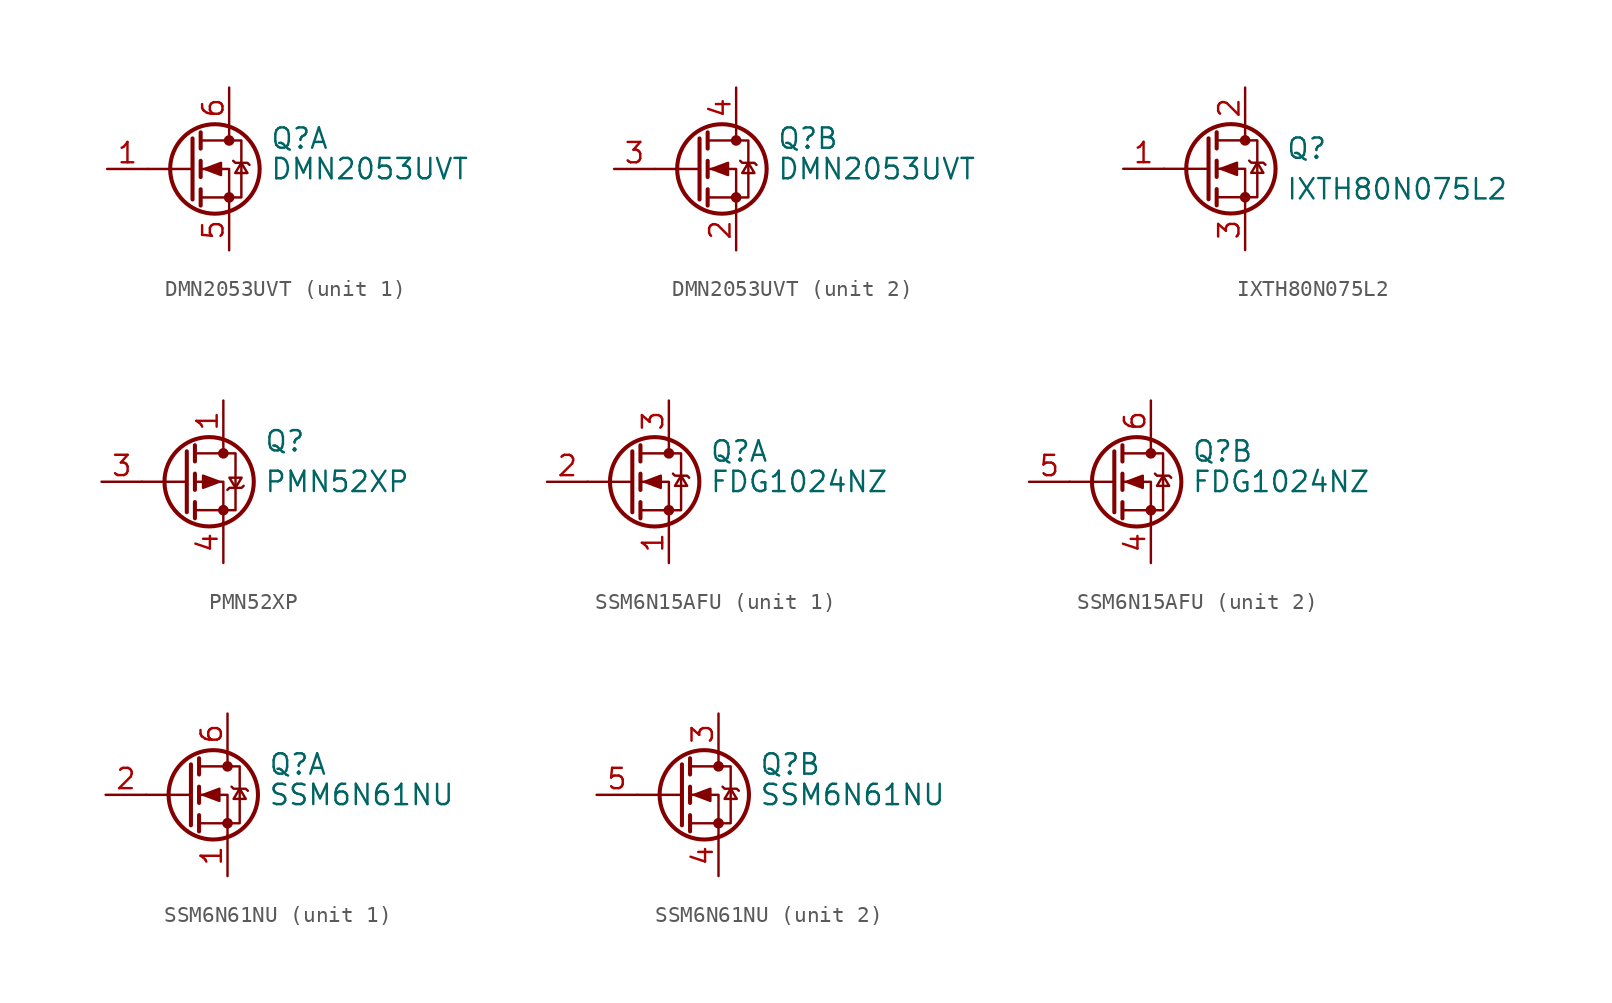
<source format=kicad_sym>
(kicad_symbol_lib
  (version 20220914)
  (generator kicad_symbol_editor)
  (symbol "DMN2053UVT"
    (pin_names hide)
    (property "Reference" "Q"
      (at 5.08 1.905 0)
      (effects (font (size 1.27 1.27)) (justify left)))
    (property "Value" "DMN2053UVT"
      (at 5.08 0 0)
      (effects (font (size 1.27 1.27)) (justify left)))
    (symbol "DMN2053UVT_0_1"
      (polyline (pts (xy 0.254 0) (xy -2.54 0)) (stroke (width 0) (type default)) (fill (type none)))
      (polyline (pts (xy 0.254 1.905) (xy 0.254 -1.905)) (stroke (width 0.254) (type default)) (fill (type none)))
      (polyline (pts (xy 0.762 -1.27) (xy 0.762 -2.286)) (stroke (width 0.254) (type default)) (fill (type none)))
      (polyline (pts (xy 0.762 0.508) (xy 0.762 -0.508)) (stroke (width 0.254) (type default)) (fill (type none)))
      (polyline (pts (xy 0.762 2.286) (xy 0.762 1.27)) (stroke (width 0.254) (type default)) (fill (type none)))
      (polyline (pts (xy 2.54 2.54) (xy 2.54 1.778)) (stroke (width 0) (type default)) (fill (type none)))
      (polyline (pts (xy 2.54 -2.54) (xy 2.54 0) (xy 0.762 0)) (stroke (width 0) (type default)) (fill (type none)))
      (polyline (pts (xy 0.762 -1.778) (xy 3.302 -1.778) (xy 3.302 1.778) (xy 0.762 1.778)) (stroke (width 0) (type default)) (fill (type none)))
      (polyline (pts (xy 1.016 0) (xy 2.032 0.381) (xy 2.032 -0.381) (xy 1.016 0)) (stroke (width 0) (type default)) (fill (type outline)))
      (polyline (pts (xy 2.794 0.508) (xy 2.921 0.381) (xy 3.683 0.381) (xy 3.81 0.254)) (stroke (width 0) (type default)) (fill (type none)))
      (polyline (pts (xy 3.302 0.381) (xy 2.921 -0.254) (xy 3.683 -0.254) (xy 3.302 0.381)) (stroke (width 0) (type default)) (fill (type none)))
      (circle (center 1.651 0) (radius 2.794) (stroke (width 0.254) (type default)) (fill (type none)))
      (circle (center 2.54 -1.778) (radius 0.254) (stroke (width 0) (type default)) (fill (type outline)))
      (circle (center 2.54 1.778) (radius 0.254) (stroke (width 0) (type default)) (fill (type outline))))
    (symbol "DMN2053UVT_1_1"
      (pin passive line (at -5.08 0 0) (length 2.54) (name "G" (effects (font (size 1.27 1.27)))) (number "1" (effects (font (size 1.27 1.27)))))
      (pin passive line (at 2.54 -5.08 90) (length 2.54) (name "S" (effects (font (size 1.27 1.27)))) (number "5" (effects (font (size 1.27 1.27)))))
      (pin passive line (at 2.54 5.08 270) (length 2.54) (name "D" (effects (font (size 1.27 1.27)))) (number "6" (effects (font (size 1.27 1.27))))))
    (symbol "DMN2053UVT_2_1"
      (pin passive line (at 2.54 -5.08 90) (length 2.54) (name "S" (effects (font (size 1.27 1.27)))) (number "2" (effects (font (size 1.27 1.27)))))
      (pin passive line (at -5.08 0 0) (length 2.54) (name "G" (effects (font (size 1.27 1.27)))) (number "3" (effects (font (size 1.27 1.27)))))
      (pin passive line (at 2.54 5.08 270) (length 2.54) (name "D" (effects (font (size 1.27 1.27)))) (number "4" (effects (font (size 1.27 1.27)))))))
  (symbol "IXTH80N075L2"
    (pin_names
      (offset 0) hide)
    (property "Reference" "Q"
      (at 5.08 1.27 0)
      (effects (font (size 1.27 1.27)) (justify left)))
    (property "Value" "IXTH80N075L2"
      (at 5.08 -1.27 0)
      (effects (font (size 1.27 1.27)) (justify left)))
    (symbol "IXTH80N075L2_0_1"
      (polyline (pts (xy 0.254 0) (xy -2.54 0)) (stroke (width 0) (type default)) (fill (type none)))
      (polyline (pts (xy 0.254 1.905) (xy 0.254 -1.905)) (stroke (width 0.254) (type default)) (fill (type none)))
      (polyline (pts (xy 0.762 -1.27) (xy 0.762 -2.286)) (stroke (width 0.254) (type default)) (fill (type none)))
      (polyline (pts (xy 0.762 0.508) (xy 0.762 -0.508)) (stroke (width 0.254) (type default)) (fill (type none)))
      (polyline (pts (xy 0.762 2.286) (xy 0.762 1.27)) (stroke (width 0.254) (type default)) (fill (type none)))
      (polyline (pts (xy 2.54 2.54) (xy 2.54 1.778)) (stroke (width 0) (type default)) (fill (type none)))
      (polyline (pts (xy 2.54 -2.54) (xy 2.54 0) (xy 0.762 0)) (stroke (width 0) (type default)) (fill (type none)))
      (polyline (pts (xy 0.762 -1.778) (xy 3.302 -1.778) (xy 3.302 1.778) (xy 0.762 1.778)) (stroke (width 0) (type default)) (fill (type none)))
      (polyline (pts (xy 1.016 0) (xy 2.032 0.381) (xy 2.032 -0.381) (xy 1.016 0)) (stroke (width 0) (type default)) (fill (type outline)))
      (polyline (pts (xy 2.794 0.508) (xy 2.921 0.381) (xy 3.683 0.381) (xy 3.81 0.254)) (stroke (width 0) (type default)) (fill (type none)))
      (polyline (pts (xy 3.302 0.381) (xy 2.921 -0.254) (xy 3.683 -0.254) (xy 3.302 0.381)) (stroke (width 0) (type default)) (fill (type none)))
      (circle (center 1.651 0) (radius 2.794) (stroke (width 0.254) (type default)) (fill (type none)))
      (circle (center 2.54 -1.778) (radius 0.254) (stroke (width 0) (type default)) (fill (type outline)))
      (circle (center 2.54 1.778) (radius 0.254) (stroke (width 0) (type default)) (fill (type outline))))
    (symbol "IXTH80N075L2_1_1"
      (pin input line (at -5.08 0 0) (length 2.54) (name "G" (effects (font (size 1.27 1.27)))) (number "1" (effects (font (size 1.27 1.27)))))
      (pin passive line (at 2.54 5.08 270) (length 2.54) (name "D" (effects (font (size 1.27 1.27)))) (number "2" (effects (font (size 1.27 1.27)))))
      (pin passive line (at 2.54 -5.08 90) (length 2.54) (name "S" (effects (font (size 1.27 1.27)))) (number "3" (effects (font (size 1.27 1.27)))))))
  (symbol "PMN52XP"
    (pin_names hide)
    (property "Reference" "Q"
      (at 5.08 2.54 0)
      (effects (font (size 1.27 1.27)) (justify left)))
    (property "Value" "PMN52XP"
      (at 5.08 0 0)
      (effects (font (size 1.27 1.27)) (justify left)))
    (symbol "PMN52XP_0_1"
      (polyline (pts (xy 0.254 0) (xy -2.54 0)) (stroke (width 0) (type default)) (fill (type none)))
      (polyline (pts (xy 0.254 1.905) (xy 0.254 -1.905)) (stroke (width 0.254) (type default)) (fill (type none)))
      (polyline (pts (xy 0.762 -1.27) (xy 0.762 -2.286)) (stroke (width 0.254) (type default)) (fill (type none)))
      (polyline (pts (xy 0.762 0.508) (xy 0.762 -0.508)) (stroke (width 0.254) (type default)) (fill (type none)))
      (polyline (pts (xy 0.762 2.286) (xy 0.762 1.27)) (stroke (width 0.254) (type default)) (fill (type none)))
      (polyline (pts (xy 2.54 2.54) (xy 2.54 1.778)) (stroke (width 0) (type default)) (fill (type none)))
      (polyline (pts (xy 2.54 -2.54) (xy 2.54 0) (xy 0.762 0)) (stroke (width 0) (type default)) (fill (type none)))
      (polyline (pts (xy 0.762 1.778) (xy 3.302 1.778) (xy 3.302 -1.778) (xy 0.762 -1.778)) (stroke (width 0) (type default)) (fill (type none)))
      (polyline (pts (xy 2.286 0) (xy 1.27 0.381) (xy 1.27 -0.381) (xy 2.286 0)) (stroke (width 0) (type default)) (fill (type outline)))
      (polyline (pts (xy 2.794 -0.508) (xy 2.921 -0.381) (xy 3.683 -0.381) (xy 3.81 -0.254)) (stroke (width 0) (type default)) (fill (type none)))
      (polyline (pts (xy 3.302 -0.381) (xy 2.921 0.254) (xy 3.683 0.254) (xy 3.302 -0.381)) (stroke (width 0) (type default)) (fill (type none)))
      (circle (center 1.651 0) (radius 2.794) (stroke (width 0.254) (type default)) (fill (type none)))
      (circle (center 2.54 -1.778) (radius 0.254) (stroke (width 0) (type default)) (fill (type outline)))
      (circle (center 2.54 1.778) (radius 0.254) (stroke (width 0) (type default)) (fill (type outline))))
    (symbol "PMN52XP_1_1"
      (pin passive line (at 2.54 5.08 270) (length 2.54) (name "D" (effects (font (size 1.27 1.27)))) (number "1" (effects (font (size 1.27 1.27)))))
      (pin passive line (at 2.54 5.08 270) (length 2.54) hide (name "D" (effects (font (size 1.27 1.27)))) (number "2" (effects (font (size 1.27 1.27)))))
      (pin passive line (at -5.08 0 0) (length 2.54) (name "G" (effects (font (size 1.27 1.27)))) (number "3" (effects (font (size 1.27 1.27)))))
      (pin passive line (at 2.54 -5.08 90) (length 2.54) (name "S" (effects (font (size 1.27 1.27)))) (number "4" (effects (font (size 1.27 1.27)))))
      (pin passive line (at 2.54 5.08 270) (length 2.54) hide (name "D" (effects (font (size 1.27 1.27)))) (number "5" (effects (font (size 1.27 1.27)))))
      (pin passive line (at 2.54 5.08 270) (length 2.54) hide (name "D" (effects (font (size 1.27 1.27)))) (number "6" (effects (font (size 1.27 1.27)))))))
  (symbol "SSM6N15AFU"
    (pin_names hide)
    (property "Reference" "Q"
      (at 5.08 1.905 0)
      (effects (font (size 1.27 1.27)) (justify left)))
    (property "Value" "FDG1024NZ"
      (at 5.08 0 0)
      (effects (font (size 1.27 1.27)) (justify left)))
    (symbol "SSM6N15AFU_0_1"
      (polyline (pts (xy 0.254 0) (xy -2.54 0)) (stroke (width 0) (type default)) (fill (type none)))
      (polyline (pts (xy 0.254 1.905) (xy 0.254 -1.905)) (stroke (width 0.254) (type default)) (fill (type none)))
      (polyline (pts (xy 0.762 -1.27) (xy 0.762 -2.286)) (stroke (width 0.254) (type default)) (fill (type none)))
      (polyline (pts (xy 0.762 0.508) (xy 0.762 -0.508)) (stroke (width 0.254) (type default)) (fill (type none)))
      (polyline (pts (xy 0.762 2.286) (xy 0.762 1.27)) (stroke (width 0.254) (type default)) (fill (type none)))
      (polyline (pts (xy 2.54 2.54) (xy 2.54 1.778)) (stroke (width 0) (type default)) (fill (type none)))
      (polyline (pts (xy 2.54 -2.54) (xy 2.54 0) (xy 0.762 0)) (stroke (width 0) (type default)) (fill (type none)))
      (polyline (pts (xy 0.762 -1.778) (xy 3.302 -1.778) (xy 3.302 1.778) (xy 0.762 1.778)) (stroke (width 0) (type default)) (fill (type none)))
      (polyline (pts (xy 1.016 0) (xy 2.032 0.381) (xy 2.032 -0.381) (xy 1.016 0)) (stroke (width 0) (type default)) (fill (type outline)))
      (polyline (pts (xy 2.794 0.508) (xy 2.921 0.381) (xy 3.683 0.381) (xy 3.81 0.254)) (stroke (width 0) (type default)) (fill (type none)))
      (polyline (pts (xy 3.302 0.381) (xy 2.921 -0.254) (xy 3.683 -0.254) (xy 3.302 0.381)) (stroke (width 0) (type default)) (fill (type none)))
      (circle (center 1.651 0) (radius 2.794) (stroke (width 0.254) (type default)) (fill (type none)))
      (circle (center 2.54 -1.778) (radius 0.254) (stroke (width 0) (type default)) (fill (type outline)))
      (circle (center 2.54 1.778) (radius 0.254) (stroke (width 0) (type default)) (fill (type outline))))
    (symbol "SSM6N15AFU_1_1"
      (pin passive line (at 2.54 -5.08 90) (length 2.54) (name "S" (effects (font (size 1.27 1.27)))) (number "1" (effects (font (size 1.27 1.27)))))
      (pin passive line (at -5.08 0 0) (length 2.54) (name "G" (effects (font (size 1.27 1.27)))) (number "2" (effects (font (size 1.27 1.27)))))
      (pin passive line (at 2.54 5.08 270) (length 2.54) (name "D" (effects (font (size 1.27 1.27)))) (number "3" (effects (font (size 1.27 1.27))))))
    (symbol "SSM6N15AFU_2_1"
      (pin passive line (at 2.54 -5.08 90) (length 2.54) (name "S" (effects (font (size 1.27 1.27)))) (number "4" (effects (font (size 1.27 1.27)))))
      (pin passive line (at -5.08 0 0) (length 2.54) (name "G" (effects (font (size 1.27 1.27)))) (number "5" (effects (font (size 1.27 1.27)))))
      (pin passive line (at 2.54 5.08 270) (length 2.54) (name "D" (effects (font (size 1.27 1.27)))) (number "6" (effects (font (size 1.27 1.27)))))))
  (symbol "SSM6N61NU"
    (pin_names hide)
    (property "Reference" "Q"
      (at 5.08 1.905 0)
      (effects (font (size 1.27 1.27)) (justify left)))
    (property "Value" "SSM6N61NU"
      (at 5.08 0 0)
      (effects (font (size 1.27 1.27)) (justify left)))
    (symbol "SSM6N61NU_0_1"
      (polyline (pts (xy 0.254 0) (xy -2.54 0)) (stroke (width 0) (type default)) (fill (type none)))
      (polyline (pts (xy 0.254 1.905) (xy 0.254 -1.905)) (stroke (width 0.254) (type default)) (fill (type none)))
      (polyline (pts (xy 0.762 -1.27) (xy 0.762 -2.286)) (stroke (width 0.254) (type default)) (fill (type none)))
      (polyline (pts (xy 0.762 0.508) (xy 0.762 -0.508)) (stroke (width 0.254) (type default)) (fill (type none)))
      (polyline (pts (xy 0.762 2.286) (xy 0.762 1.27)) (stroke (width 0.254) (type default)) (fill (type none)))
      (polyline (pts (xy 2.54 2.54) (xy 2.54 1.778)) (stroke (width 0) (type default)) (fill (type none)))
      (polyline (pts (xy 2.54 -2.54) (xy 2.54 0) (xy 0.762 0)) (stroke (width 0) (type default)) (fill (type none)))
      (polyline (pts (xy 0.762 -1.778) (xy 3.302 -1.778) (xy 3.302 1.778) (xy 0.762 1.778)) (stroke (width 0) (type default)) (fill (type none)))
      (polyline (pts (xy 1.016 0) (xy 2.032 0.381) (xy 2.032 -0.381) (xy 1.016 0)) (stroke (width 0) (type default)) (fill (type outline)))
      (polyline (pts (xy 2.794 0.508) (xy 2.921 0.381) (xy 3.683 0.381) (xy 3.81 0.254)) (stroke (width 0) (type default)) (fill (type none)))
      (polyline (pts (xy 3.302 0.381) (xy 2.921 -0.254) (xy 3.683 -0.254) (xy 3.302 0.381)) (stroke (width 0) (type default)) (fill (type none)))
      (circle (center 1.651 0) (radius 2.794) (stroke (width 0.254) (type default)) (fill (type none)))
      (circle (center 2.54 -1.778) (radius 0.254) (stroke (width 0) (type default)) (fill (type outline)))
      (circle (center 2.54 1.778) (radius 0.254) (stroke (width 0) (type default)) (fill (type outline))))
    (symbol "SSM6N61NU_1_1"
      (pin passive line (at 2.54 -5.08 90) (length 2.54) (name "S" (effects (font (size 1.27 1.27)))) (number "1" (effects (font (size 1.27 1.27)))))
      (pin passive line (at -5.08 0 0) (length 2.54) (name "G" (effects (font (size 1.27 1.27)))) (number "2" (effects (font (size 1.27 1.27)))))
      (pin passive line (at 2.54 5.08 270) (length 2.54) (name "D" (effects (font (size 1.27 1.27)))) (number "6" (effects (font (size 1.27 1.27))))))
    (symbol "SSM6N61NU_2_1"
      (pin passive line (at 2.54 5.08 270) (length 2.54) (name "D" (effects (font (size 1.27 1.27)))) (number "3" (effects (font (size 1.27 1.27)))))
      (pin passive line (at 2.54 -5.08 90) (length 2.54) (name "S" (effects (font (size 1.27 1.27)))) (number "4" (effects (font (size 1.27 1.27)))))
      (pin passive line (at -5.08 0 0) (length 2.54) (name "G" (effects (font (size 1.27 1.27)))) (number "5" (effects (font (size 1.27 1.27))))))))
</source>
